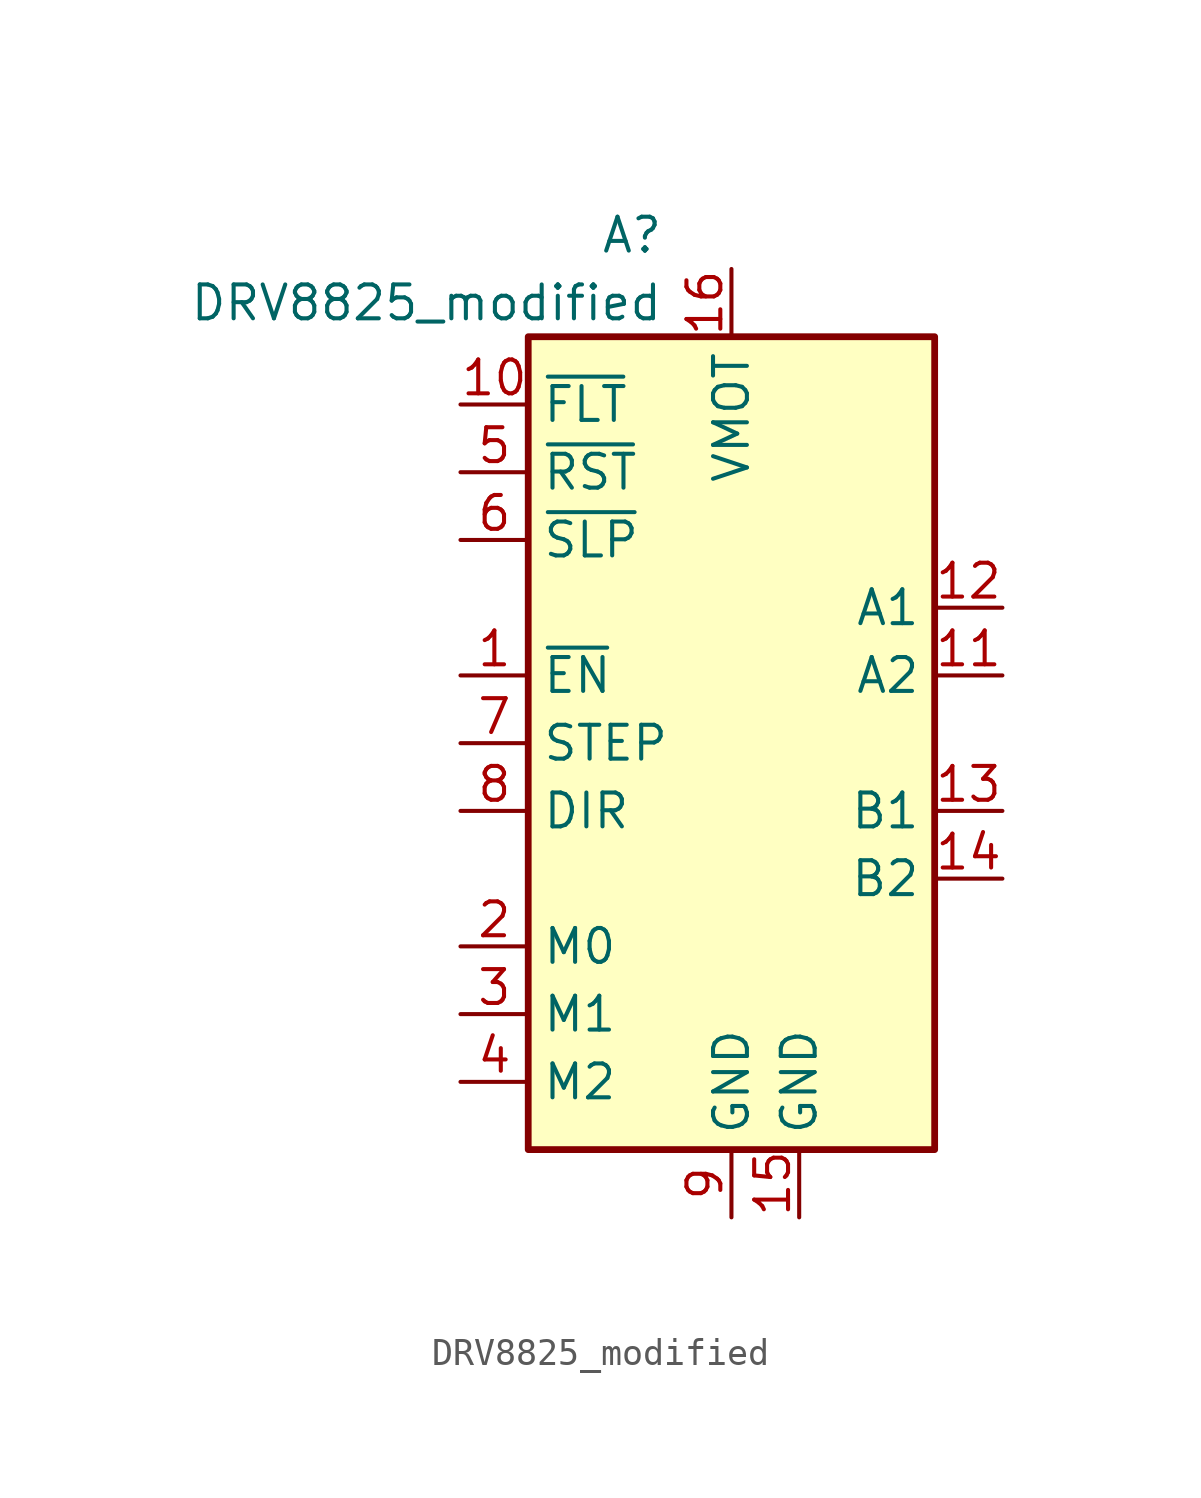
<source format=kicad_sym>
(kicad_symbol_lib
  (version 20220914)
  (generator kicad_symbol_editor)
  (symbol "DRV8825_modified"
    (property "Reference" "A"
      (at -2.54 16.51 0)
      (effects (font (size 1.27 1.27)) (justify right)))
    (property "Value" "DRV8825_modified"
      (at -2.54 13.97 0)
      (effects (font (size 1.27 1.27)) (justify right)))
    (symbol "DRV8825_modified_0_1"
      (rectangle (start -7.62 12.7) (end 7.62 -17.78) (stroke (width 0.254) (type default)) (fill (type background))))
    (symbol "DRV8825_modified_1_1"
      (pin input line (at -10.16 0 0) (length 2.54) (name "~{EN}" (effects (font (size 1.27 1.27)))) (number "1" (effects (font (size 1.27 1.27)))))
      (pin output line (at -10.16 10.16 0) (length 2.54) (name "~{FLT}" (effects (font (size 1.27 1.27)))) (number "10" (effects (font (size 1.27 1.27)))))
      (pin output line (at 10.16 0 180) (length 2.54) (name "A2" (effects (font (size 1.27 1.27)))) (number "11" (effects (font (size 1.27 1.27)))))
      (pin output line (at 10.16 2.54 180) (length 2.54) (name "A1" (effects (font (size 1.27 1.27)))) (number "12" (effects (font (size 1.27 1.27)))))
      (pin output line (at 10.16 -5.08 180) (length 2.54) (name "B1" (effects (font (size 1.27 1.27)))) (number "13" (effects (font (size 1.27 1.27)))))
      (pin output line (at 10.16 -7.62 180) (length 2.54) (name "B2" (effects (font (size 1.27 1.27)))) (number "14" (effects (font (size 1.27 1.27)))))
      (pin power_in line (at 2.54 -20.32 90) (length 2.54) (name "GND" (effects (font (size 1.27 1.27)))) (number "15" (effects (font (size 1.27 1.27)))))
      (pin power_in line (at 0 15.24 270) (length 2.54) (name "VMOT" (effects (font (size 1.27 1.27)))) (number "16" (effects (font (size 1.27 1.27)))))
      (pin input line (at -10.16 -10.16 0) (length 2.54) (name "M0" (effects (font (size 1.27 1.27)))) (number "2" (effects (font (size 1.27 1.27)))))
      (pin input line (at -10.16 -12.7 0) (length 2.54) (name "M1" (effects (font (size 1.27 1.27)))) (number "3" (effects (font (size 1.27 1.27)))))
      (pin input line (at -10.16 -15.24 0) (length 2.54) (name "M2" (effects (font (size 1.27 1.27)))) (number "4" (effects (font (size 1.27 1.27)))))
      (pin input line (at -10.16 7.62 0) (length 2.54) (name "~{RST}" (effects (font (size 1.27 1.27)))) (number "5" (effects (font (size 1.27 1.27)))))
      (pin input line (at -10.16 5.08 0) (length 2.54) (name "~{SLP}" (effects (font (size 1.27 1.27)))) (number "6" (effects (font (size 1.27 1.27)))))
      (pin input line (at -10.16 -2.54 0) (length 2.54) (name "STEP" (effects (font (size 1.27 1.27)))) (number "7" (effects (font (size 1.27 1.27)))))
      (pin input line (at -10.16 -5.08 0) (length 2.54) (name "DIR" (effects (font (size 1.27 1.27)))) (number "8" (effects (font (size 1.27 1.27)))))
      (pin power_in line (at 0 -20.32 90) (length 2.54) (name "GND" (effects (font (size 1.27 1.27)))) (number "9" (effects (font (size 1.27 1.27))))))))
</source>
